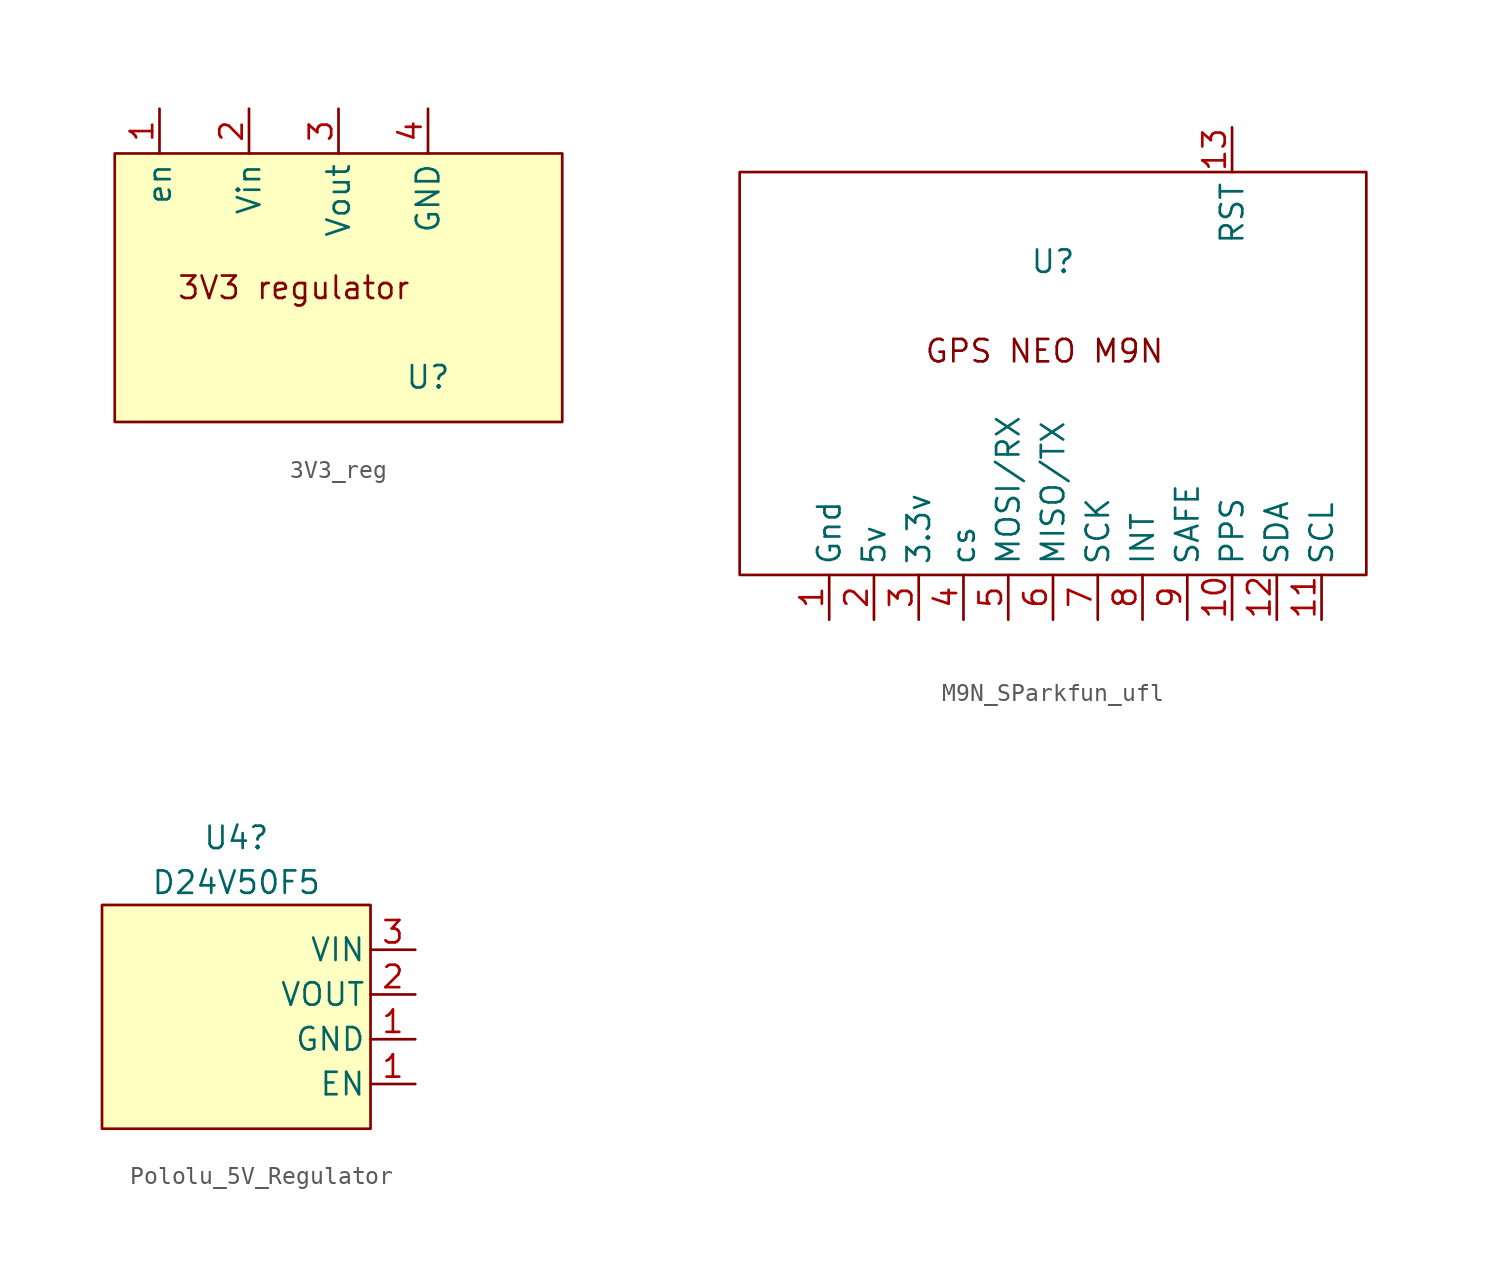
<source format=kicad_sym>
(kicad_symbol_lib
  (version 20220914)
  (generator kicad_symbol_editor)
  (symbol "3V3_reg"
    (property "Reference" "U"
      (at 0 0 0)
      (effects (font (size 1.27 1.27))))
    (property "Value" ""
      (at 0 0 0)
      (effects (font (size 1.27 1.27))))
    (symbol "3V3_reg_1_1"
      (rectangle (start -17.78 12.7) (end 7.62 -2.54) (stroke (width 0) (type default)) (fill (type background)))
      (text "3V3 regulator" (at -7.62 5.08 0) (effects (font (size 1.27 1.27))))
      (pin input line (at -15.24 15.24 270) (length 2.54) (name "en" (effects (font (size 1.27 1.27)))) (number "1" (effects (font (size 1.27 1.27)))))
      (pin input line (at -10.16 15.24 270) (length 2.54) (name "Vin" (effects (font (size 1.27 1.27)))) (number "2" (effects (font (size 1.27 1.27)))))
      (pin input line (at -5.08 15.24 270) (length 2.54) (name "Vout" (effects (font (size 1.27 1.27)))) (number "3" (effects (font (size 1.27 1.27)))))
      (pin input line (at 0 15.24 270) (length 2.54) (name "GND" (effects (font (size 1.27 1.27)))) (number "4" (effects (font (size 1.27 1.27)))))))
  (symbol "M9N_SParkfun_ufl"
    (property "Reference" "U"
      (at 0 0 0)
      (effects (font (size 1.27 1.27))))
    (property "Value" ""
      (at 0 0 0)
      (effects (font (size 1.27 1.27))))
    (symbol "M9N_SParkfun_ufl_0_1"
      (rectangle (start -17.78 5.08) (end 17.78 -17.78) (stroke (width 0) (type default)) (fill (type none))))
    (symbol "M9N_SParkfun_ufl_1_1"
      (text "GPS NEO M9N " (at 0 -5.08 0) (effects (font (size 1.27 1.27))))
      (pin input line (at -12.7 -20.32 90) (length 2.54) (name "Gnd" (effects (font (size 1.27 1.27)))) (number "1" (effects (font (size 1.27 1.27)))))
      (pin input line (at 10.16 -20.32 90) (length 2.54) (name "PPS" (effects (font (size 1.27 1.27)))) (number "10" (effects (font (size 1.27 1.27)))))
      (pin input line (at 15.24 -20.32 90) (length 2.54) (name "SCL" (effects (font (size 1.27 1.27)))) (number "11" (effects (font (size 1.27 1.27)))))
      (pin input line (at 12.7 -20.32 90) (length 2.54) (name "SDA" (effects (font (size 1.27 1.27)))) (number "12" (effects (font (size 1.27 1.27)))))
      (pin input line (at 10.16 7.62 270) (length 2.54) (name "RST" (effects (font (size 1.27 1.27)))) (number "13" (effects (font (size 1.27 1.27)))))
      (pin input line (at -10.16 -20.32 90) (length 2.54) (name "5v" (effects (font (size 1.27 1.27)))) (number "2" (effects (font (size 1.27 1.27)))))
      (pin input line (at -7.62 -20.32 90) (length 2.54) (name "3.3v" (effects (font (size 1.27 1.27)))) (number "3" (effects (font (size 1.27 1.27)))))
      (pin input line (at -5.08 -20.32 90) (length 2.54) (name "cs" (effects (font (size 1.27 1.27)))) (number "4" (effects (font (size 1.27 1.27)))))
      (pin input line (at -2.54 -20.32 90) (length 2.54) (name "MOSI/RX" (effects (font (size 1.27 1.27)))) (number "5" (effects (font (size 1.27 1.27)))))
      (pin input line (at 0 -20.32 90) (length 2.54) (name "MISO/TX" (effects (font (size 1.27 1.27)))) (number "6" (effects (font (size 1.27 1.27)))))
      (pin input line (at 2.54 -20.32 90) (length 2.54) (name "SCK" (effects (font (size 1.27 1.27)))) (number "7" (effects (font (size 1.27 1.27)))))
      (pin input line (at 5.08 -20.32 90) (length 2.54) (name "INT" (effects (font (size 1.27 1.27)))) (number "8" (effects (font (size 1.27 1.27)))))
      (pin input line (at 7.62 -20.32 90) (length 2.54) (name "SAFE" (effects (font (size 1.27 1.27)))) (number "9" (effects (font (size 1.27 1.27)))))))
  (symbol "Pololu_5V_Regulator"
    (pin_names
      (offset 0.254))
    (property "Reference" "U4"
      (at 0 3.81 0)
      (effects (font (size 1.27 1.27))))
    (property "Value" "D24V50F5"
      (at 0 1.27 0)
      (effects (font (size 1.27 1.27))))
    (symbol "Pololu_5V_Regulator_1_1"
      (rectangle (start -7.62 0) (end 7.62 -12.7) (stroke (width 0) (type default)) (fill (type background)))
      (pin input line (at 10.16 -10.16 180) (length 2.54) (name "EN" (effects (font (size 1.27 1.27)))) (number "1" (effects (font (size 1.27 1.27)))))
      (pin passive line (at 10.16 -7.62 180) (length 2.54) (name "GND" (effects (font (size 1.27 1.27)))) (number "1" (effects (font (size 1.27 1.27)))))
      (pin output line (at 10.16 -5.08 180) (length 2.54) (name "VOUT" (effects (font (size 1.27 1.27)))) (number "2" (effects (font (size 1.27 1.27)))))
      (pin input line (at 10.16 -2.54 180) (length 2.54) (name "VIN" (effects (font (size 1.27 1.27)))) (number "3" (effects (font (size 1.27 1.27))))))))
</source>
